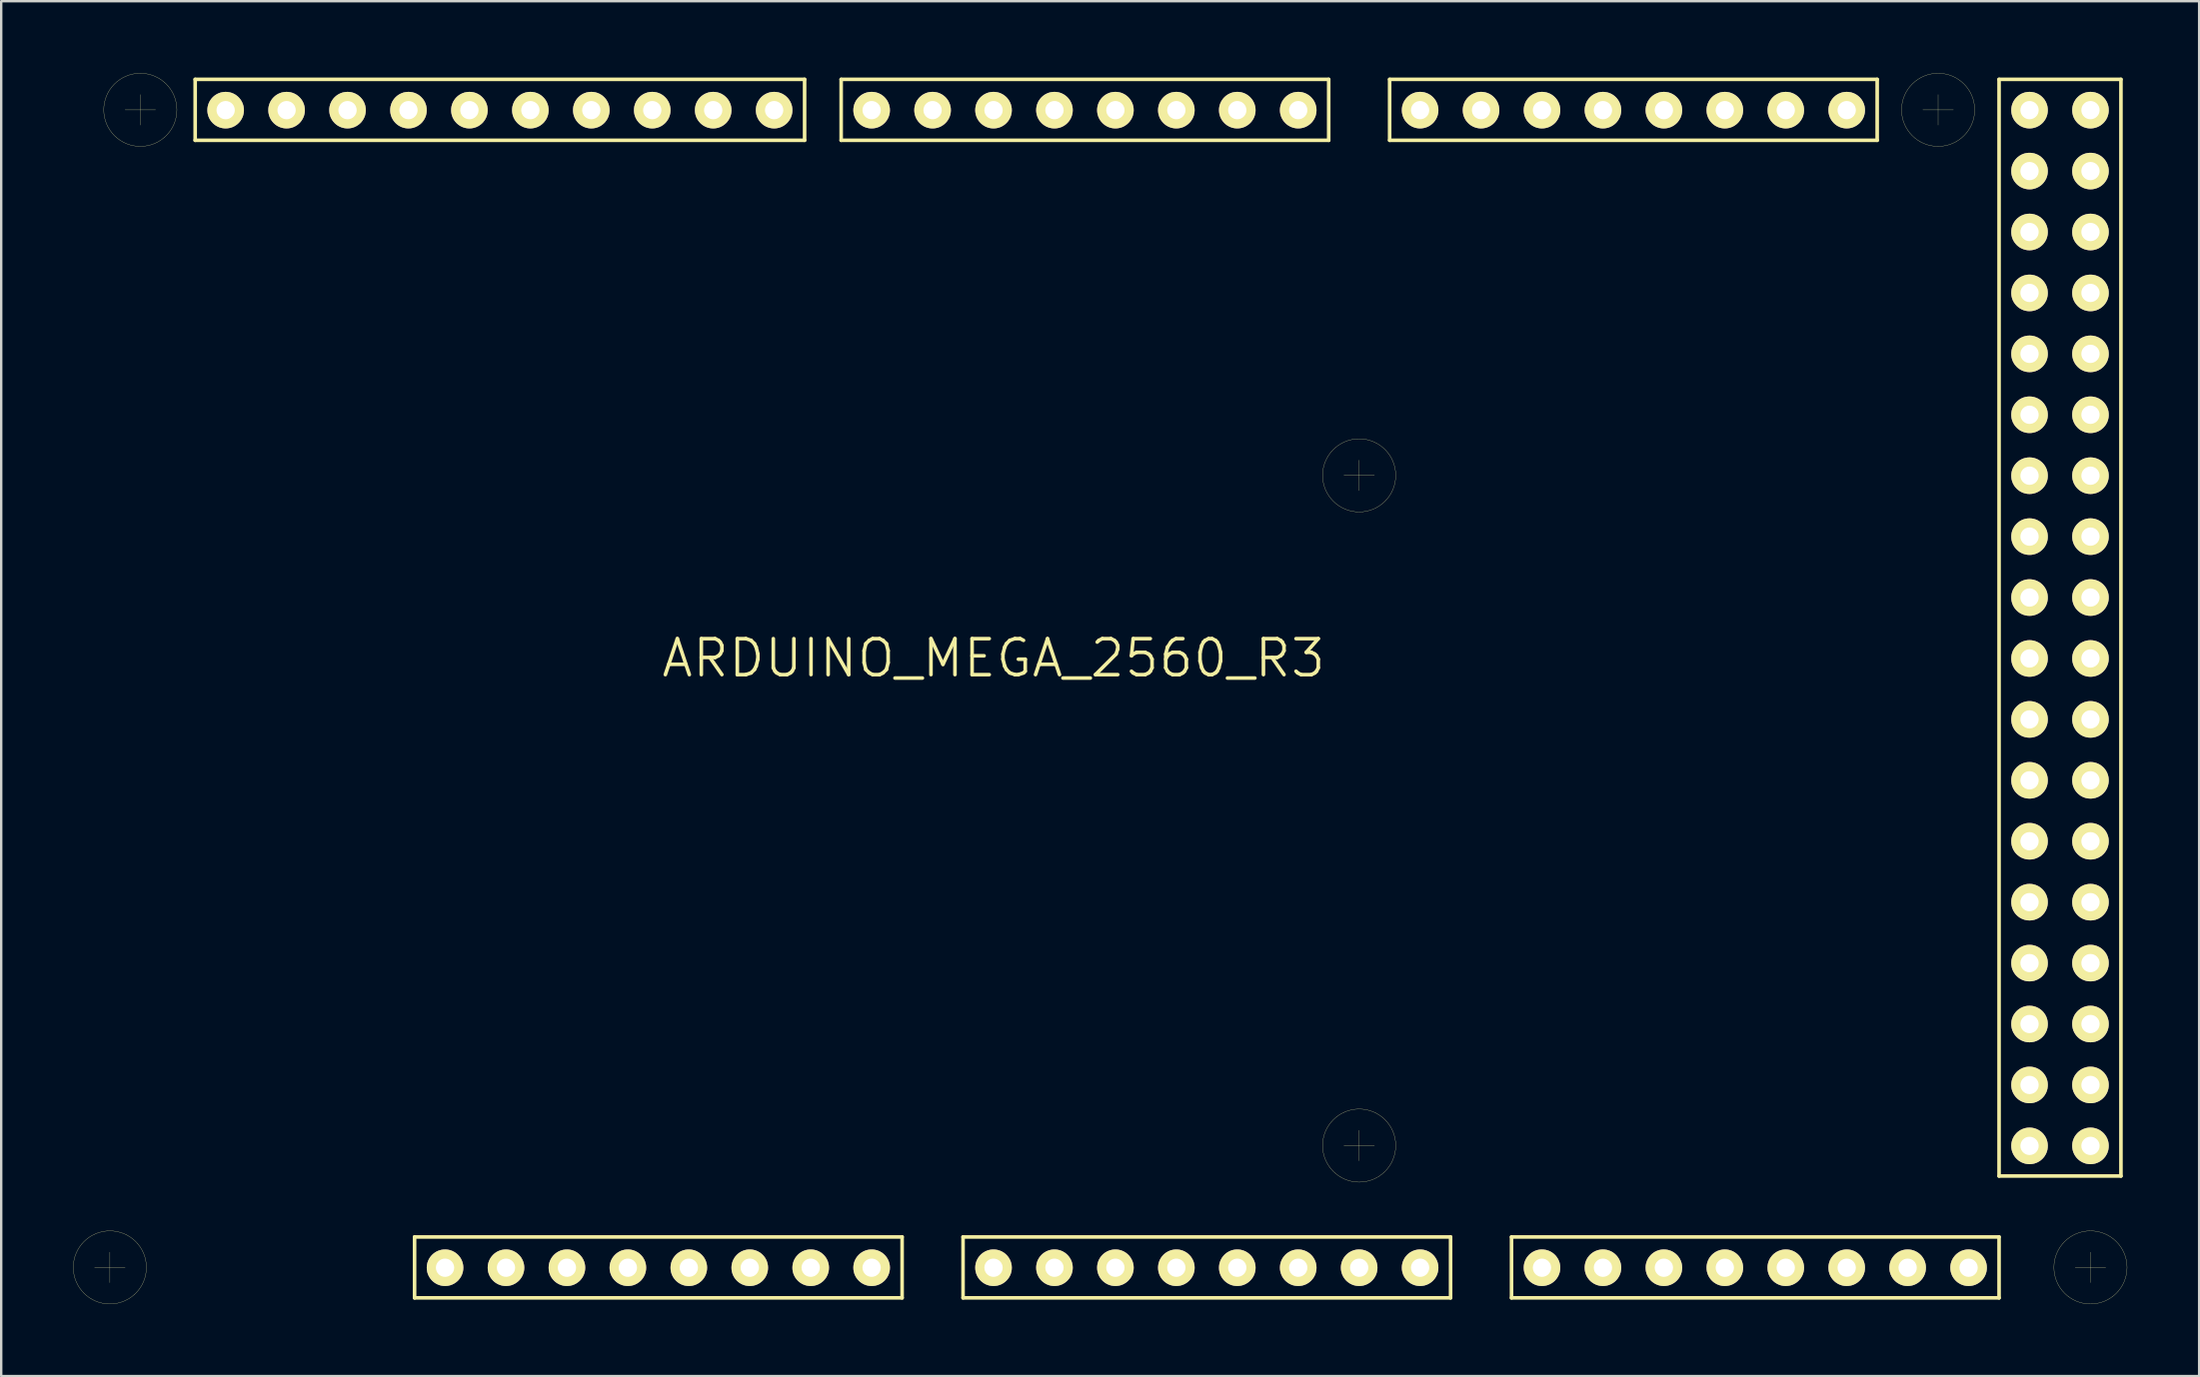
<source format=kicad_pcb>
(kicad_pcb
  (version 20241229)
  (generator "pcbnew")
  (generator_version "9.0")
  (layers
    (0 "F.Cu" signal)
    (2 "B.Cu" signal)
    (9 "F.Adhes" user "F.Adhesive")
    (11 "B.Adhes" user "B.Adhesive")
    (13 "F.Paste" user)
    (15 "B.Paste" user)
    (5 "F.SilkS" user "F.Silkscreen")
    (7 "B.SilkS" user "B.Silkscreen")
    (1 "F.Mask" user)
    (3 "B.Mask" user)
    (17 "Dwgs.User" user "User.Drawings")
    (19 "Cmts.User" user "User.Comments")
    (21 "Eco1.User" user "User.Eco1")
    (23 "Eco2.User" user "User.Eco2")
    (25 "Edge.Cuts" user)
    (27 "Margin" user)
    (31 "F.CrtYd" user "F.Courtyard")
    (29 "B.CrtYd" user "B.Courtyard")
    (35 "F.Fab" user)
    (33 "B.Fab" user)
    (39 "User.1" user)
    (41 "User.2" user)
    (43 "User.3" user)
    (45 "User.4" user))
  (footprint "ARDUINO_MEGA_2560_R3"
    (layer "F.Cu")
    (at 38.359 25.659)
    (property "Reference" "ARDUINO_MEGA_2560_R3" (at 0 -1.27 0) (layer "F.SilkS") (effects (font (size 1.5 1.5) (thickness 0.15))))
    (attr through_hole)
    (fp_line (start -37.465 24.13) (end -36.195 24.13) (stroke (width 0.01) (type solid)) (layer "F.SilkS"))
    (fp_line (start -36.83 23.495) (end -36.83 24.765) (stroke (width 0.01) (type solid)) (layer "F.SilkS"))
    (fp_line (start -36.195 -24.13) (end -34.925 -24.13) (stroke (width 0.01) (type solid)) (layer "F.SilkS"))
    (fp_line (start -35.56 -24.765) (end -35.56 -23.495) (stroke (width 0.01) (type solid)) (layer "F.SilkS"))
    (fp_line (start -33.274 -25.4) (end -7.874 -25.4) (stroke (width 0.15) (type solid)) (layer "F.SilkS"))
    (fp_line (start -33.274 -22.86) (end -33.274 -25.4) (stroke (width 0.15) (type solid)) (layer "F.SilkS"))
    (fp_line (start -24.13 22.86) (end -3.81 22.86) (stroke (width 0.15) (type solid)) (layer "F.SilkS"))
    (fp_line (start -24.13 25.4) (end -24.13 22.86) (stroke (width 0.15) (type solid)) (layer "F.SilkS"))
    (fp_line (start -7.874 -25.4) (end -7.874 -22.86) (stroke (width 0.15) (type solid)) (layer "F.SilkS"))
    (fp_line (start -7.874 -22.86) (end -33.274 -22.86) (stroke (width 0.15) (type solid)) (layer "F.SilkS"))
    (fp_line (start -6.35 -25.4) (end 13.97 -25.4) (stroke (width 0.15) (type solid)) (layer "F.SilkS"))
    (fp_line (start -6.35 -22.86) (end -6.35 -25.4) (stroke (width 0.15) (type solid)) (layer "F.SilkS"))
    (fp_line (start -3.81 22.86) (end -3.81 25.4) (stroke (width 0.15) (type solid)) (layer "F.SilkS"))
    (fp_line (start -3.81 25.4) (end -24.13 25.4) (stroke (width 0.15) (type solid)) (layer "F.SilkS"))
    (fp_line (start -1.27 22.86) (end -1.27 25.4) (stroke (width 0.15) (type solid)) (layer "F.SilkS"))
    (fp_line (start -1.27 25.4) (end 19.05 25.4) (stroke (width 0.15) (type solid)) (layer "F.SilkS"))
    (fp_line (start 13.97 -25.4) (end 13.97 -22.86) (stroke (width 0.15) (type solid)) (layer "F.SilkS"))
    (fp_line (start 13.97 -22.86) (end -6.35 -22.86) (stroke (width 0.15) (type solid)) (layer "F.SilkS"))
    (fp_line (start 14.605 -8.89) (end 15.875 -8.89) (stroke (width 0.01) (type solid)) (layer "F.SilkS"))
    (fp_line (start 14.605 19.05) (end 15.875 19.05) (stroke (width 0.01) (type solid)) (layer "F.SilkS"))
    (fp_line (start 15.24 -9.525) (end 15.24 -8.255) (stroke (width 0.01) (type solid)) (layer "F.SilkS"))
    (fp_line (start 15.24 18.415) (end 15.24 19.685) (stroke (width 0.01) (type solid)) (layer "F.SilkS"))
    (fp_line (start 16.51 -25.4) (end 36.83 -25.4) (stroke (width 0.15) (type solid)) (layer "F.SilkS"))
    (fp_line (start 16.51 -22.86) (end 16.51 -25.4) (stroke (width 0.15) (type solid)) (layer "F.SilkS"))
    (fp_line (start 19.05 22.86) (end -1.27 22.86) (stroke (width 0.15) (type solid)) (layer "F.SilkS"))
    (fp_line (start 19.05 25.4) (end 19.05 22.86) (stroke (width 0.15) (type solid)) (layer "F.SilkS"))
    (fp_line (start 21.59 22.86) (end 41.91 22.86) (stroke (width 0.15) (type solid)) (layer "F.SilkS"))
    (fp_line (start 21.59 25.4) (end 21.59 22.86) (stroke (width 0.15) (type solid)) (layer "F.SilkS"))
    (fp_line (start 36.83 -25.4) (end 36.83 -22.86) (stroke (width 0.15) (type solid)) (layer "F.SilkS"))
    (fp_line (start 36.83 -22.86) (end 16.51 -22.86) (stroke (width 0.15) (type solid)) (layer "F.SilkS"))
    (fp_line (start 38.735 -24.13) (end 40.005 -24.13) (stroke (width 0.01) (type solid)) (layer "F.SilkS"))
    (fp_line (start 39.37 -24.765) (end 39.37 -23.495) (stroke (width 0.01) (type solid)) (layer "F.SilkS"))
    (fp_line (start 41.91 -25.4) (end 41.91 20.32) (stroke (width 0.15) (type solid)) (layer "F.SilkS"))
    (fp_line (start 41.91 20.32) (end 46.99 20.32) (stroke (width 0.15) (type solid)) (layer "F.SilkS"))
    (fp_line (start 41.91 22.86) (end 41.91 25.4) (stroke (width 0.15) (type solid)) (layer "F.SilkS"))
    (fp_line (start 41.91 25.4) (end 21.59 25.4) (stroke (width 0.15) (type solid)) (layer "F.SilkS"))
    (fp_line (start 45.085 24.13) (end 46.355 24.13) (stroke (width 0.01) (type solid)) (layer "F.SilkS"))
    (fp_line (start 45.72 23.495) (end 45.72 24.765) (stroke (width 0.01) (type solid)) (layer "F.SilkS"))
    (fp_line (start 46.99 -25.4) (end 41.91 -25.4) (stroke (width 0.15) (type solid)) (layer "F.SilkS"))
    (fp_line (start 46.99 20.32) (end 46.99 -25.4) (stroke (width 0.15) (type solid)) (layer "F.SilkS"))
    (fp_circle (center -36.83 24.13) (end -35.306 24.13) (stroke (width 0.01) (type solid)) (fill no) (layer "F.SilkS"))
    (fp_circle (center -35.56 -24.13) (end -34.036 -24.13) (stroke (width 0.01) (type solid)) (fill no) (layer "F.SilkS"))
    (fp_circle (center 15.24 -8.89) (end 13.716 -8.89) (stroke (width 0.01) (type solid)) (fill no) (layer "F.SilkS"))
    (fp_circle (center 15.24 19.05) (end 13.716 19.05) (stroke (width 0.01) (type solid)) (fill no) (layer "F.SilkS"))
    (fp_circle (center 39.37 -24.13) (end 37.846 -24.13) (stroke (width 0.01) (type solid)) (fill no) (layer "F.SilkS"))
    (fp_circle (center 45.72 24.13) (end 44.196 24.13) (stroke (width 0.01) (type solid)) (fill no) (layer "F.SilkS"))
    (pad "0" thru_hole circle (at 12.7 -24.117) (size 1.524 1.524) (drill 0.762) (layers "*.Cu" "*.Mask" "F.SilkS"))
    (pad "1" thru_hole circle (at 10.16 -24.117) (size 1.524 1.524) (drill 0.762) (layers "*.Cu" "*.Mask" "F.SilkS"))
    (pad "2" thru_hole circle (at 7.62 -24.117) (size 1.524 1.524) (drill 0.762) (layers "*.Cu" "*.Mask" "F.SilkS"))
    (pad "3" thru_hole circle (at 5.08 -24.117) (size 1.524 1.524) (drill 0.762) (layers "*.Cu" "*.Mask" "F.SilkS"))
    (pad "3V3" thru_hole circle (at -15.24 24.143) (size 1.524 1.524) (drill 0.762) (layers "*.Cu" "*.Mask" "F.SilkS"))
    (pad "4" thru_hole circle (at 2.54 -24.117) (size 1.524 1.524) (drill 0.762) (layers "*.Cu" "*.Mask" "F.SilkS"))
    (pad "5" thru_hole circle (at 0 -24.117) (size 1.524 1.524) (drill 0.762) (layers "*.Cu" "*.Mask" "F.SilkS"))
    (pad "5V/1" thru_hole circle (at -12.7 24.143) (size 1.524 1.524) (drill 0.762) (layers "*.Cu" "*.Mask" "F.SilkS"))
    (pad "5V/2" thru_hole circle (at 43.18 -24.117) (size 1.524 1.524) (drill 0.762) (layers "*.Cu" "*.Mask" "F.SilkS"))
    (pad "5V/3" thru_hole circle (at 45.72 -24.117) (size 1.524 1.524) (drill 0.762) (layers "*.Cu" "*.Mask" "F.SilkS"))
    (pad "6" thru_hole circle (at -2.54 -24.117) (size 1.524 1.524) (drill 0.762) (layers "*.Cu" "*.Mask" "F.SilkS"))
    (pad "7" thru_hole circle (at -5.08 -24.117) (size 1.524 1.524) (drill 0.762) (layers "*.Cu" "*.Mask" "F.SilkS"))
    (pad "8" thru_hole circle (at -9.144 -24.117) (size 1.524 1.524) (drill 0.762) (layers "*.Cu" "*.Mask" "F.SilkS"))
    (pad "9" thru_hole circle (at -11.684 -24.117) (size 1.524 1.524) (drill 0.762) (layers "*.Cu" "*.Mask" "F.SilkS"))
    (pad "10" thru_hole circle (at -14.224 -24.117) (size 1.524 1.524) (drill 0.762) (layers "*.Cu" "*.Mask" "F.SilkS"))
    (pad "11" thru_hole circle (at -16.764 -24.117) (size 1.524 1.524) (drill 0.762) (layers "*.Cu" "*.Mask" "F.SilkS"))
    (pad "12" thru_hole circle (at -19.304 -24.117) (size 1.524 1.524) (drill 0.762) (layers "*.Cu" "*.Mask" "F.SilkS"))
    (pad "13" thru_hole circle (at -21.844 -24.117) (size 1.524 1.524) (drill 0.762) (layers "*.Cu" "*.Mask" "F.SilkS"))
    (pad "14" thru_hole circle (at 17.78 -24.117) (size 1.524 1.524) (drill 0.762) (layers "*.Cu" "*.Mask" "F.SilkS"))
    (pad "15" thru_hole circle (at 20.32 -24.117) (size 1.524 1.524) (drill 0.762) (layers "*.Cu" "*.Mask" "F.SilkS"))
    (pad "16" thru_hole circle (at 22.86 -24.117) (size 1.524 1.524) (drill 0.762) (layers "*.Cu" "*.Mask" "F.SilkS"))
    (pad "17" thru_hole circle (at 25.4 -24.117) (size 1.524 1.524) (drill 0.762) (layers "*.Cu" "*.Mask" "F.SilkS"))
    (pad "18" thru_hole circle (at 27.94 -24.117) (size 1.524 1.524) (drill 0.762) (layers "*.Cu" "*.Mask" "F.SilkS"))
    (pad "19" thru_hole circle (at 30.48 -24.117) (size 1.524 1.524) (drill 0.762) (layers "*.Cu" "*.Mask" "F.SilkS"))
    (pad "20/1" thru_hole circle (at 33.02 -24.117) (size 1.524 1.524) (drill 0.762) (layers "*.Cu" "*.Mask" "F.SilkS"))
    (pad "20/2" thru_hole circle (at -29.464 -24.117) (size 1.524 1.524) (drill 0.762) (layers "*.Cu" "*.Mask" "F.SilkS"))
    (pad "21/1" thru_hole circle (at 35.56 -24.117) (size 1.524 1.524) (drill 0.762) (layers "*.Cu" "*.Mask" "F.SilkS"))
    (pad "21/2" thru_hole circle (at -32.004 -24.117) (size 1.524 1.524) (drill 0.762) (layers "*.Cu" "*.Mask" "F.SilkS"))
    (pad "22" thru_hole circle (at 43.18 -21.577) (size 1.524 1.524) (drill 0.762) (layers "*.Cu" "*.Mask" "F.SilkS"))
    (pad "23" thru_hole circle (at 45.72 -21.577) (size 1.524 1.524) (drill 0.762) (layers "*.Cu" "*.Mask" "F.SilkS"))
    (pad "24" thru_hole circle (at 43.18 -19.037) (size 1.524 1.524) (drill 0.762) (layers "*.Cu" "*.Mask" "F.SilkS"))
    (pad "25" thru_hole circle (at 45.72 -19.037) (size 1.524 1.524) (drill 0.762) (layers "*.Cu" "*.Mask" "F.SilkS"))
    (pad "26" thru_hole circle (at 43.18 -16.497) (size 1.524 1.524) (drill 0.762) (layers "*.Cu" "*.Mask" "F.SilkS"))
    (pad "27" thru_hole circle (at 45.72 -16.497) (size 1.524 1.524) (drill 0.762) (layers "*.Cu" "*.Mask" "F.SilkS"))
    (pad "28" thru_hole circle (at 43.18 -13.957) (size 1.524 1.524) (drill 0.762) (layers "*.Cu" "*.Mask" "F.SilkS"))
    (pad "29" thru_hole circle (at 45.72 -13.957) (size 1.524 1.524) (drill 0.762) (layers "*.Cu" "*.Mask" "F.SilkS"))
    (pad "30" thru_hole circle (at 43.18 -11.417) (size 1.524 1.524) (drill 0.762) (layers "*.Cu" "*.Mask" "F.SilkS"))
    (pad "31" thru_hole circle (at 45.72 -11.417) (size 1.524 1.524) (drill 0.762) (layers "*.Cu" "*.Mask" "F.SilkS"))
    (pad "32" thru_hole circle (at 43.18 -8.877) (size 1.524 1.524) (drill 0.762) (layers "*.Cu" "*.Mask" "F.SilkS"))
    (pad "33" thru_hole circle (at 45.72 -8.877) (size 1.524 1.524) (drill 0.762) (layers "*.Cu" "*.Mask" "F.SilkS"))
    (pad "34" thru_hole circle (at 43.18 -6.337) (size 1.524 1.524) (drill 0.762) (layers "*.Cu" "*.Mask" "F.SilkS"))
    (pad "35" thru_hole circle (at 45.72 -6.337) (size 1.524 1.524) (drill 0.762) (layers "*.Cu" "*.Mask" "F.SilkS"))
    (pad "36" thru_hole circle (at 43.18 -3.797) (size 1.524 1.524) (drill 0.762) (layers "*.Cu" "*.Mask" "F.SilkS"))
    (pad "37" thru_hole circle (at 45.72 -3.797) (size 1.524 1.524) (drill 0.762) (layers "*.Cu" "*.Mask" "F.SilkS"))
    (pad "38" thru_hole circle (at 43.18 -1.257) (size 1.524 1.524) (drill 0.762) (layers "*.Cu" "*.Mask" "F.SilkS"))
    (pad "39" thru_hole circle (at 45.72 -1.257) (size 1.524 1.524) (drill 0.762) (layers "*.Cu" "*.Mask" "F.SilkS"))
    (pad "40" thru_hole circle (at 43.18 1.283) (size 1.524 1.524) (drill 0.762) (layers "*.Cu" "*.Mask" "F.SilkS"))
    (pad "41" thru_hole circle (at 45.72 1.283) (size 1.524 1.524) (drill 0.762) (layers "*.Cu" "*.Mask" "F.SilkS"))
    (pad "42" thru_hole circle (at 43.18 3.823) (size 1.524 1.524) (drill 0.762) (layers "*.Cu" "*.Mask" "F.SilkS"))
    (pad "43" thru_hole circle (at 45.72 3.823) (size 1.524 1.524) (drill 0.762) (layers "*.Cu" "*.Mask" "F.SilkS"))
    (pad "44" thru_hole circle (at 43.18 6.363) (size 1.524 1.524) (drill 0.762) (layers "*.Cu" "*.Mask" "F.SilkS"))
    (pad "45" thru_hole circle (at 45.72 6.363) (size 1.524 1.524) (drill 0.762) (layers "*.Cu" "*.Mask" "F.SilkS"))
    (pad "46" thru_hole circle (at 43.18 8.903) (size 1.524 1.524) (drill 0.762) (layers "*.Cu" "*.Mask" "F.SilkS"))
    (pad "47" thru_hole circle (at 45.72 8.903) (size 1.524 1.524) (drill 0.762) (layers "*.Cu" "*.Mask" "F.SilkS"))
    (pad "48" thru_hole circle (at 43.18 11.443) (size 1.524 1.524) (drill 0.762) (layers "*.Cu" "*.Mask" "F.SilkS"))
    (pad "49" thru_hole circle (at 45.72 11.443) (size 1.524 1.524) (drill 0.762) (layers "*.Cu" "*.Mask" "F.SilkS"))
    (pad "50" thru_hole circle (at 43.18 13.983) (size 1.524 1.524) (drill 0.762) (layers "*.Cu" "*.Mask" "F.SilkS"))
    (pad "51" thru_hole circle (at 45.72 13.983) (size 1.524 1.524) (drill 0.762) (layers "*.Cu" "*.Mask" "F.SilkS"))
    (pad "52" thru_hole circle (at 43.18 16.523) (size 1.524 1.524) (drill 0.762) (layers "*.Cu" "*.Mask" "F.SilkS"))
    (pad "53" thru_hole circle (at 45.72 16.523) (size 1.524 1.524) (drill 0.762) (layers "*.Cu" "*.Mask" "F.SilkS"))
    (pad "A0" thru_hole circle (at 0 24.143) (size 1.524 1.524) (drill 0.762) (layers "*.Cu" "*.Mask" "F.SilkS"))
    (pad "A1" thru_hole circle (at 2.54 24.143) (size 1.524 1.524) (drill 0.762) (layers "*.Cu" "*.Mask" "F.SilkS"))
    (pad "A2" thru_hole circle (at 5.08 24.143) (size 1.524 1.524) (drill 0.762) (layers "*.Cu" "*.Mask" "F.SilkS"))
    (pad "A3" thru_hole circle (at 7.62 24.143) (size 1.524 1.524) (drill 0.762) (layers "*.Cu" "*.Mask" "F.SilkS"))
    (pad "A4" thru_hole circle (at 10.16 24.143) (size 1.524 1.524) (drill 0.762) (layers "*.Cu" "*.Mask" "F.SilkS"))
    (pad "A5" thru_hole circle (at 12.7 24.143) (size 1.524 1.524) (drill 0.762) (layers "*.Cu" "*.Mask" "F.SilkS"))
    (pad "A6" thru_hole circle (at 15.24 24.143) (size 1.524 1.524) (drill 0.762) (layers "*.Cu" "*.Mask" "F.SilkS"))
    (pad "A7" thru_hole circle (at 17.78 24.143) (size 1.524 1.524) (drill 0.762) (layers "*.Cu" "*.Mask" "F.SilkS"))
    (pad "A8" thru_hole circle (at 22.86 24.143) (size 1.524 1.524) (drill 0.762) (layers "*.Cu" "*.Mask" "F.SilkS"))
    (pad "A9" thru_hole circle (at 25.4 24.143) (size 1.524 1.524) (drill 0.762) (layers "*.Cu" "*.Mask" "F.SilkS"))
    (pad "A10" thru_hole circle (at 27.94 24.143) (size 1.524 1.524) (drill 0.762) (layers "*.Cu" "*.Mask" "F.SilkS"))
    (pad "A11" thru_hole circle (at 30.48 24.143) (size 1.524 1.524) (drill 0.762) (layers "*.Cu" "*.Mask" "F.SilkS"))
    (pad "A12" thru_hole circle (at 33.02 24.143) (size 1.524 1.524) (drill 0.762) (layers "*.Cu" "*.Mask" "F.SilkS"))
    (pad "A13" thru_hole circle (at 35.56 24.143) (size 1.524 1.524) (drill 0.762) (layers "*.Cu" "*.Mask" "F.SilkS"))
    (pad "A14" thru_hole circle (at 38.1 24.143) (size 1.524 1.524) (drill 0.762) (layers "*.Cu" "*.Mask" "F.SilkS"))
    (pad "A15" thru_hole circle (at 40.64 24.143) (size 1.524 1.524) (drill 0.762) (layers "*.Cu" "*.Mask" "F.SilkS"))
    (pad "AREF" thru_hole circle (at -26.924 -24.117) (size 1.524 1.524) (drill 0.762) (layers "*.Cu" "*.Mask" "F.SilkS"))
    (pad "GND1" thru_hole circle (at -10.16 24.143) (size 1.524 1.524) (drill 0.762) (layers "*.Cu" "*.Mask" "F.SilkS"))
    (pad "GND2" thru_hole circle (at -7.62 24.143) (size 1.524 1.524) (drill 0.762) (layers "*.Cu" "*.Mask" "F.SilkS"))
    (pad "GND3" thru_hole circle (at -24.384 -24.117) (size 1.524 1.524) (drill 0.762) (layers "*.Cu" "*.Mask" "F.SilkS"))
    (pad "GND4" thru_hole circle (at 43.18 19.063) (size 1.524 1.524) (drill 0.762) (layers "*.Cu" "*.Mask" "F.SilkS"))
    (pad "GND5" thru_hole circle (at 45.72 19.063) (size 1.524 1.524) (drill 0.762) (layers "*.Cu" "*.Mask" "F.SilkS"))
    (pad "IREF" thru_hole circle (at -20.32 24.143) (size 1.524 1.524) (drill 0.762) (layers "*.Cu" "*.Mask" "F.SilkS"))
    (pad "NC" thru_hole circle (at -22.86 24.143) (size 1.524 1.524) (drill 0.762) (layers "*.Cu" "*.Mask" "F.SilkS"))
    (pad "RST" thru_hole circle (at -17.78 24.143) (size 1.524 1.524) (drill 0.762) (layers "*.Cu" "*.Mask" "F.SilkS"))
    (pad "VIN" thru_hole circle (at -5.08 24.143) (size 1.524 1.524) (drill 0.762) (layers "*.Cu" "*.Mask" "F.SilkS")))
  (gr_rect
    (start -3 -3)
    (end 88.608 54.318)
    (stroke (width 0.1) (type default))
    (fill no)
    (layer "Edge.Cuts")))
</source>
